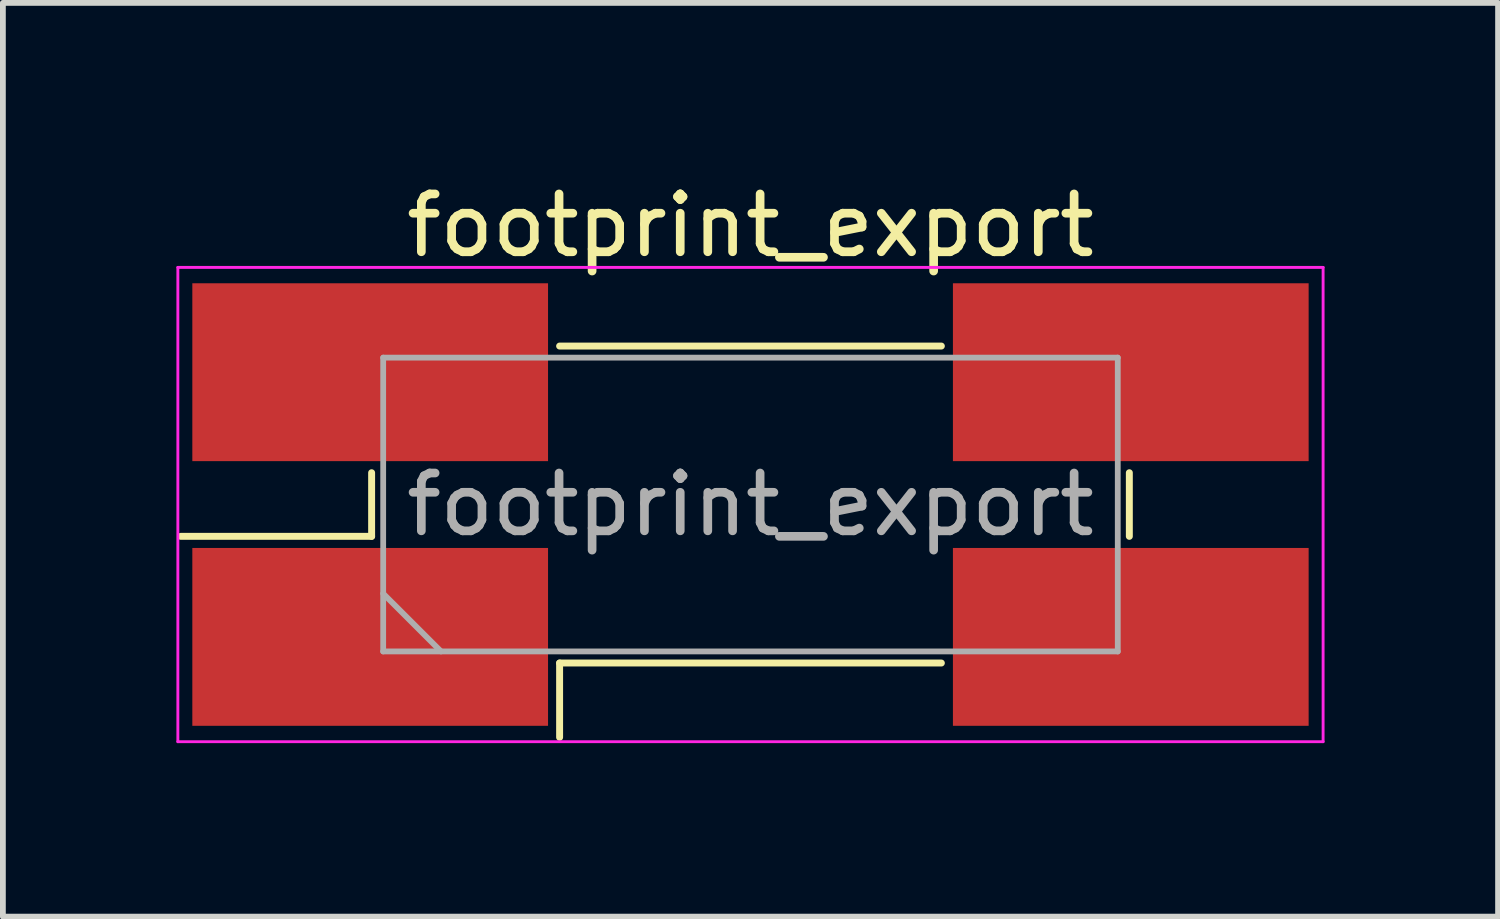
<source format=kicad_pcb>
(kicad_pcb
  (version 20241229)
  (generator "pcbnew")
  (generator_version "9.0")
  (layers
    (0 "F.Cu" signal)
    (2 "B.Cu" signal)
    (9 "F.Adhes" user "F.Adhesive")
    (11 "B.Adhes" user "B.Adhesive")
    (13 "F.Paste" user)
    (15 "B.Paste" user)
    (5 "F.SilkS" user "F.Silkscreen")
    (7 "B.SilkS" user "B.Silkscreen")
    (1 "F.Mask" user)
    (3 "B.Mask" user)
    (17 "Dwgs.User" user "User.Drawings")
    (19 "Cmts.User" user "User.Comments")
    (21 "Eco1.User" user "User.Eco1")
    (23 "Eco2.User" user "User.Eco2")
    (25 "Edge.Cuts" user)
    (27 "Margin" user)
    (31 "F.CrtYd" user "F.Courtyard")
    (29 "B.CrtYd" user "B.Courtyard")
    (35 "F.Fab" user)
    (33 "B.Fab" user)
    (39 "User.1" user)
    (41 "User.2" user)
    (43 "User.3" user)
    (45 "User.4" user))
  (footprint "footprint_export"
    (layer "F.Cu")
    (at 9.925 5.673)
    (property "Reference" "footprint_export" (at 0 -4.825 0) (layer "F.SilkS") (effects (font (size 1 1) (thickness 0.15))))
    (attr smd)
    (fp_line (start -9.85 0.55) (end -6.55 0.55) (stroke (width 0.12) (type solid)) (layer "F.SilkS"))
    (fp_line (start -6.55 0.55) (end -6.55 -0.55) (stroke (width 0.12) (type solid)) (layer "F.SilkS"))
    (fp_line (start -3.3 -2.74) (end 3.3 -2.74) (stroke (width 0.12) (type solid)) (layer "F.SilkS"))
    (fp_line (start -3.3 2.74) (end -3.3 4.025) (stroke (width 0.12) (type solid)) (layer "F.SilkS"))
    (fp_line (start 3.3 2.74) (end -3.3 2.74) (stroke (width 0.12) (type solid)) (layer "F.SilkS"))
    (fp_line (start 6.55 -0.55) (end 6.55 0.55) (stroke (width 0.12) (type solid)) (layer "F.SilkS"))
    (fp_line (start -9.9 -4.1) (end -9.9 4.1) (stroke (width 0.05) (type solid)) (layer "F.CrtYd"))
    (fp_line (start -9.9 4.1) (end 9.9 4.1) (stroke (width 0.05) (type solid)) (layer "F.CrtYd"))
    (fp_line (start 9.9 -4.1) (end -9.9 -4.1) (stroke (width 0.05) (type solid)) (layer "F.CrtYd"))
    (fp_line (start 9.9 4.1) (end 9.9 -4.1) (stroke (width 0.05) (type solid)) (layer "F.CrtYd"))
    (fp_line (start -6.35 -2.54) (end -6.35 2.54) (stroke (width 0.1) (type solid)) (layer "F.Fab"))
    (fp_line (start -6.35 1.54) (end -5.35 2.54) (stroke (width 0.1) (type solid)) (layer "F.Fab"))
    (fp_line (start -6.35 2.54) (end 6.35 2.54) (stroke (width 0.1) (type solid)) (layer "F.Fab"))
    (fp_line (start 6.35 -2.54) (end -6.35 -2.54) (stroke (width 0.1) (type solid)) (layer "F.Fab"))
    (fp_line (start 6.35 2.54) (end 6.35 -2.54) (stroke (width 0.1) (type solid)) (layer "F.Fab"))
    (fp_text user "${REFERENCE}" (at 0 0 0) (layer "F.Fab") (effects (font (size 1 1) (thickness 0.15))))
    (pad "1" smd rect (at -6.575 2.288) (size 6.15 3.075) (layers "F.Cu" "F.Mask" "F.Paste"))
    (pad "2" smd rect (at 6.575 2.288) (size 6.15 3.075) (layers "F.Cu" "F.Mask" "F.Paste"))
    (pad "3" smd rect (at 6.575 -2.288) (size 6.15 3.075) (layers "F.Cu" "F.Mask" "F.Paste"))
    (pad "4" smd rect (at -6.575 -2.288) (size 6.15 3.075) (layers "F.Cu" "F.Mask" "F.Paste")))
  (gr_rect
    (start -3 -3)
    (end 22.85 12.798)
    (stroke (width 0.1) (type default))
    (fill no)
    (layer "Edge.Cuts")))
</source>
